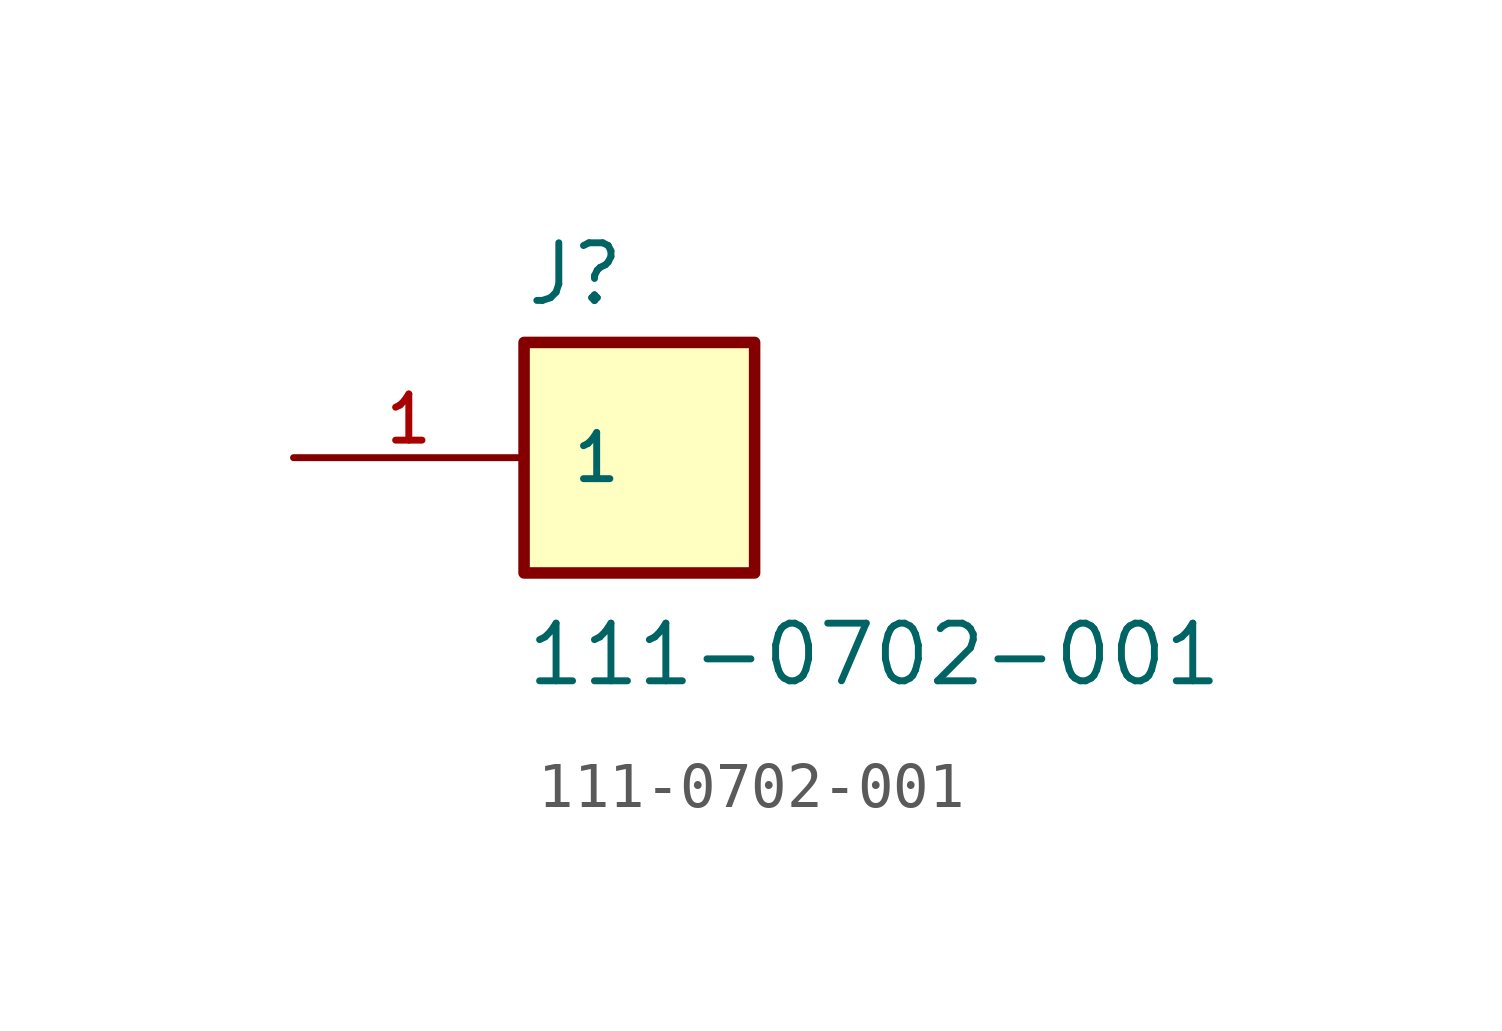
<source format=kicad_sym>
(kicad_symbol_lib
  (version 20211014)
  (generator kicad_symbol_editor)
  (symbol "111-0702-001"
    (pin_names
      (offset 1.016))
    (property "Reference" "J"
      (at 0.0 3.302 0)
      (effects (font (size 1.27 1.27)) (justify bottom left)))
    (property "Value" "111-0702-001"
      (at 0.0 -5.08 0)
      (effects (font (size 1.27 1.27)) (justify bottom left)))
    (symbol "111-0702-001_0_0"
      (rectangle (start 0.0 -2.54) (end 5.08 2.54) (stroke (width 0.254)) (fill (type background)))
      (pin passive line (at -5.08 0.0 0) (length 5.08) (name "1" (effects (font (size 1.016 1.016)))) (number "1" (effects (font (size 1.016 1.016))))))))
</source>
